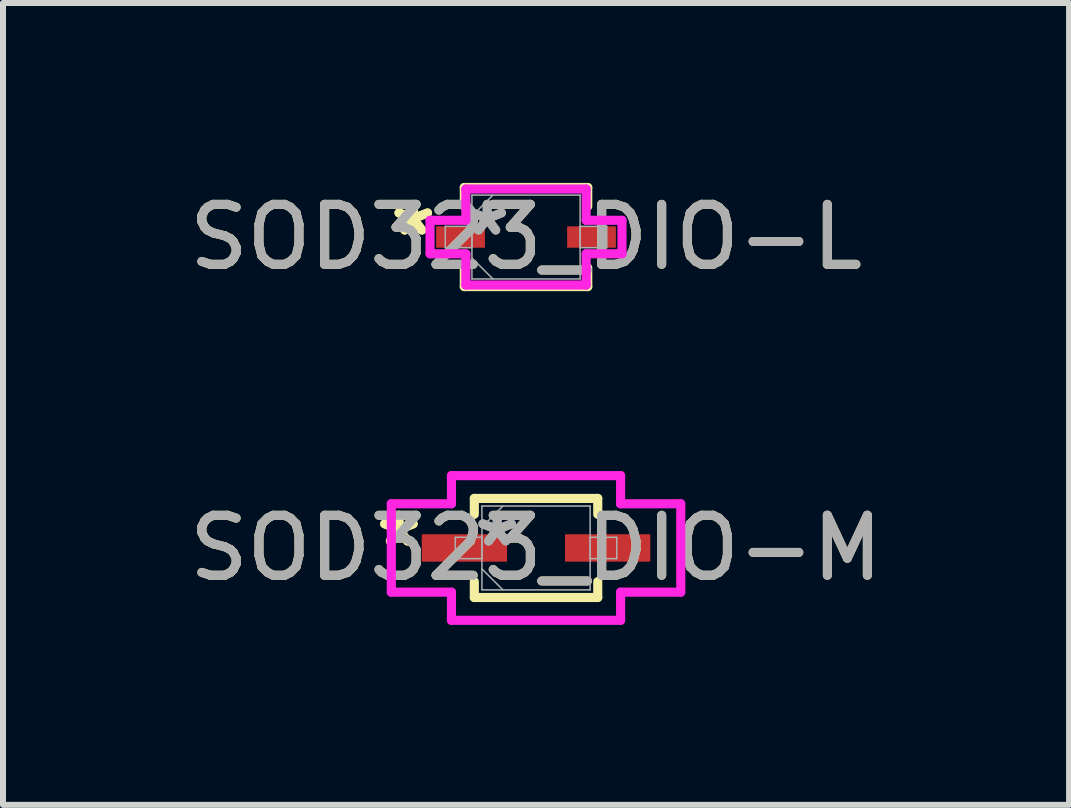
<source format=kicad_pcb>
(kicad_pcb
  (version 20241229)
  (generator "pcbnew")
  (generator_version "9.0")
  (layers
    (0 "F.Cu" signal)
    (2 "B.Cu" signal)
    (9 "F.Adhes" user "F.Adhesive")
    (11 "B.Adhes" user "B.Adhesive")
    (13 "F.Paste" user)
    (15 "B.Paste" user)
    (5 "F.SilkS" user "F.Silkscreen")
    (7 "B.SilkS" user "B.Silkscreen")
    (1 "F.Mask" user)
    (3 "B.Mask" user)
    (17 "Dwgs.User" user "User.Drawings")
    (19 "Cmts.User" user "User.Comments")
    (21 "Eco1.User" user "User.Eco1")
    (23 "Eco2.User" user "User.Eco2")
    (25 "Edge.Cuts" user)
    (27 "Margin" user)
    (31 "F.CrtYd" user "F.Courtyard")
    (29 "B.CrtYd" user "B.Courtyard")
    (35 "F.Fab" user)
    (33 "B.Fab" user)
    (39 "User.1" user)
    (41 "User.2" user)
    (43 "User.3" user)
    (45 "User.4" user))
  (footprint "SOD323_DIO-L"
    (layer "F.Cu")
    (at 5.72 0.902)
    (property "Reference" "SOD323_DIO-L" (at 0 0 0) (unlocked yes) (layer "F.SilkS") (effects (font (size 1 1) (thickness 0.15))))
    (attr smd)
    (fp_line (start -1.029 -0.826) (end -1.029 -0.511) (stroke (width 0.152) (type solid)) (layer "F.SilkS"))
    (fp_line (start -1.029 0.511) (end -1.029 0.826) (stroke (width 0.152) (type solid)) (layer "F.SilkS"))
    (fp_line (start -1.029 0.826) (end 1.029 0.826) (stroke (width 0.152) (type solid)) (layer "F.SilkS"))
    (fp_line (start 1.029 -0.826) (end -1.029 -0.826) (stroke (width 0.152) (type solid)) (layer "F.SilkS"))
    (fp_line (start 1.029 -0.511) (end 1.029 -0.826) (stroke (width 0.152) (type solid)) (layer "F.SilkS"))
    (fp_line (start 1.029 0.826) (end 1.029 0.511) (stroke (width 0.152) (type solid)) (layer "F.SilkS"))
    (fp_line (start -1.6 -0.279) (end -1.003 -0.279) (stroke (width 0.152) (type solid)) (layer "F.CrtYd"))
    (fp_line (start -1.6 0.279) (end -1.6 -0.279) (stroke (width 0.152) (type solid)) (layer "F.CrtYd"))
    (fp_line (start -1.003 -0.8) (end 1.003 -0.8) (stroke (width 0.152) (type solid)) (layer "F.CrtYd"))
    (fp_line (start -1.003 -0.279) (end -1.003 -0.8) (stroke (width 0.152) (type solid)) (layer "F.CrtYd"))
    (fp_line (start -1.003 0.279) (end -1.6 0.279) (stroke (width 0.152) (type solid)) (layer "F.CrtYd"))
    (fp_line (start -1.003 0.8) (end -1.003 0.279) (stroke (width 0.152) (type solid)) (layer "F.CrtYd"))
    (fp_line (start 1.003 -0.8) (end 1.003 -0.279) (stroke (width 0.152) (type solid)) (layer "F.CrtYd"))
    (fp_line (start 1.003 -0.279) (end 1.6 -0.279) (stroke (width 0.152) (type solid)) (layer "F.CrtYd"))
    (fp_line (start 1.003 0.279) (end 1.003 0.8) (stroke (width 0.152) (type solid)) (layer "F.CrtYd"))
    (fp_line (start 1.003 0.8) (end -1.003 0.8) (stroke (width 0.152) (type solid)) (layer "F.CrtYd"))
    (fp_line (start 1.6 -0.279) (end 1.6 0.279) (stroke (width 0.152) (type solid)) (layer "F.CrtYd"))
    (fp_line (start 1.6 0.279) (end 1.003 0.279) (stroke (width 0.152) (type solid)) (layer "F.CrtYd"))
    (fp_line (start -1.346 -0.178) (end -1.346 0.178) (stroke (width 0.025) (type solid)) (layer "F.Fab"))
    (fp_line (start -1.346 0.178) (end -0.902 0.178) (stroke (width 0.025) (type solid)) (layer "F.Fab"))
    (fp_line (start -0.902 -0.699) (end -0.902 0.699) (stroke (width 0.025) (type solid)) (layer "F.Fab"))
    (fp_line (start -0.902 -0.349) (end -0.552 -0.699) (stroke (width 0.025) (type solid)) (layer "F.Fab"))
    (fp_line (start -0.902 -0.178) (end -1.346 -0.178) (stroke (width 0.025) (type solid)) (layer "F.Fab"))
    (fp_line (start -0.902 0.178) (end -0.902 -0.178) (stroke (width 0.025) (type solid)) (layer "F.Fab"))
    (fp_line (start -0.902 0.349) (end -0.552 0.699) (stroke (width 0.025) (type solid)) (layer "F.Fab"))
    (fp_line (start -0.902 0.699) (end 0.902 0.699) (stroke (width 0.025) (type solid)) (layer "F.Fab"))
    (fp_line (start 0.902 -0.699) (end -0.902 -0.699) (stroke (width 0.025) (type solid)) (layer "F.Fab"))
    (fp_line (start 0.902 -0.178) (end 0.902 0.178) (stroke (width 0.025) (type solid)) (layer "F.Fab"))
    (fp_line (start 0.902 0.178) (end 1.346 0.178) (stroke (width 0.025) (type solid)) (layer "F.Fab"))
    (fp_line (start 0.902 0.699) (end 0.902 -0.699) (stroke (width 0.025) (type solid)) (layer "F.Fab"))
    (fp_line (start 1.346 -0.178) (end 0.902 -0.178) (stroke (width 0.025) (type solid)) (layer "F.Fab"))
    (fp_line (start 1.346 0.178) (end 1.346 -0.178) (stroke (width 0.025) (type solid)) (layer "F.Fab"))
    (fp_text user "*" (at -1.88 0 0) (unlocked yes) (layer "F.SilkS") (effects (font (size 1 1) (thickness 0.15))))
    (fp_text user "*" (at -1.88 0 0) (layer "F.SilkS") (effects (font (size 1 1) (thickness 0.15))))
    (fp_text user "*" (at -0.648 0 0) (layer "F.Fab") (effects (font (size 1 1) (thickness 0.15))))
    (fp_text user "*" (at -0.648 0 0) (unlocked yes) (layer "F.Fab") (effects (font (size 1 1) (thickness 0.15))))
    (fp_text user "${REFERENCE}" (at 0 0 0) (unlocked yes) (layer "F.Fab") (effects (font (size 1 1) (thickness 0.15))))
    (pad "1" smd rect (at -1.092 0) (size 0.813 0.356) (layers "F.Cu" "F.Mask" "F.Paste"))
    (pad "2" smd rect (at 1.092 0) (size 0.813 0.356) (layers "F.Cu" "F.Mask" "F.Paste")))
  (footprint "SOD323_DIO-M"
    (layer "F.Cu")
    (at 5.887 6.086)
    (property "Reference" "SOD323_DIO-M" (at 0 0 0) (unlocked yes) (layer "F.SilkS") (effects (font (size 1 1) (thickness 0.15))))
    (attr smd)
    (fp_line (start -1.029 -0.826) (end -1.029 -0.561) (stroke (width 0.152) (type solid)) (layer "F.SilkS"))
    (fp_line (start -1.029 0.561) (end -1.029 0.826) (stroke (width 0.152) (type solid)) (layer "F.SilkS"))
    (fp_line (start -1.029 0.826) (end 1.029 0.826) (stroke (width 0.152) (type solid)) (layer "F.SilkS"))
    (fp_line (start 1.029 -0.826) (end -1.029 -0.826) (stroke (width 0.152) (type solid)) (layer "F.SilkS"))
    (fp_line (start 1.029 -0.561) (end 1.029 -0.826) (stroke (width 0.152) (type solid)) (layer "F.SilkS"))
    (fp_line (start 1.029 0.826) (end 1.029 0.561) (stroke (width 0.152) (type solid)) (layer "F.SilkS"))
    (fp_line (start -2.413 -0.737) (end -1.41 -0.737) (stroke (width 0.152) (type solid)) (layer "F.CrtYd"))
    (fp_line (start -2.413 0.737) (end -2.413 -0.737) (stroke (width 0.152) (type solid)) (layer "F.CrtYd"))
    (fp_line (start -1.41 -1.206) (end 1.41 -1.206) (stroke (width 0.152) (type solid)) (layer "F.CrtYd"))
    (fp_line (start -1.41 -0.737) (end -1.41 -1.206) (stroke (width 0.152) (type solid)) (layer "F.CrtYd"))
    (fp_line (start -1.41 0.737) (end -2.413 0.737) (stroke (width 0.152) (type solid)) (layer "F.CrtYd"))
    (fp_line (start -1.41 1.206) (end -1.41 0.737) (stroke (width 0.152) (type solid)) (layer "F.CrtYd"))
    (fp_line (start 1.41 -1.206) (end 1.41 -0.737) (stroke (width 0.152) (type solid)) (layer "F.CrtYd"))
    (fp_line (start 1.41 -0.737) (end 2.413 -0.737) (stroke (width 0.152) (type solid)) (layer "F.CrtYd"))
    (fp_line (start 1.41 0.737) (end 1.41 1.206) (stroke (width 0.152) (type solid)) (layer "F.CrtYd"))
    (fp_line (start 1.41 1.206) (end -1.41 1.206) (stroke (width 0.152) (type solid)) (layer "F.CrtYd"))
    (fp_line (start 2.413 -0.737) (end 2.413 0.737) (stroke (width 0.152) (type solid)) (layer "F.CrtYd"))
    (fp_line (start 2.413 0.737) (end 1.41 0.737) (stroke (width 0.152) (type solid)) (layer "F.CrtYd"))
    (fp_line (start -1.346 -0.178) (end -1.346 0.178) (stroke (width 0.025) (type solid)) (layer "F.Fab"))
    (fp_line (start -1.346 0.178) (end -0.902 0.178) (stroke (width 0.025) (type solid)) (layer "F.Fab"))
    (fp_line (start -0.902 -0.699) (end -0.902 0.699) (stroke (width 0.025) (type solid)) (layer "F.Fab"))
    (fp_line (start -0.902 -0.349) (end -0.552 -0.699) (stroke (width 0.025) (type solid)) (layer "F.Fab"))
    (fp_line (start -0.902 -0.178) (end -1.346 -0.178) (stroke (width 0.025) (type solid)) (layer "F.Fab"))
    (fp_line (start -0.902 0.178) (end -0.902 -0.178) (stroke (width 0.025) (type solid)) (layer "F.Fab"))
    (fp_line (start -0.902 0.349) (end -0.552 0.699) (stroke (width 0.025) (type solid)) (layer "F.Fab"))
    (fp_line (start -0.902 0.699) (end 0.902 0.699) (stroke (width 0.025) (type solid)) (layer "F.Fab"))
    (fp_line (start 0.902 -0.699) (end -0.902 -0.699) (stroke (width 0.025) (type solid)) (layer "F.Fab"))
    (fp_line (start 0.902 -0.178) (end 0.902 0.178) (stroke (width 0.025) (type solid)) (layer "F.Fab"))
    (fp_line (start 0.902 0.178) (end 1.346 0.178) (stroke (width 0.025) (type solid)) (layer "F.Fab"))
    (fp_line (start 0.902 0.699) (end 0.902 -0.699) (stroke (width 0.025) (type solid)) (layer "F.Fab"))
    (fp_line (start 1.346 -0.178) (end 0.902 -0.178) (stroke (width 0.025) (type solid)) (layer "F.Fab"))
    (fp_line (start 1.346 0.178) (end 1.346 -0.178) (stroke (width 0.025) (type solid)) (layer "F.Fab"))
    (fp_text user "*" (at -2.286 0 0) (unlocked yes) (layer "F.SilkS") (effects (font (size 1 1) (thickness 0.15))))
    (fp_text user "*" (at -2.286 0 0) (layer "F.SilkS") (effects (font (size 1 1) (thickness 0.15))))
    (fp_text user "${REFERENCE}" (at 0 0 0) (unlocked yes) (layer "F.Fab") (effects (font (size 1 1) (thickness 0.15))))
    (fp_text user "*" (at -0.648 0 0) (layer "F.Fab") (effects (font (size 1 1) (thickness 0.15))))
    (fp_text user "*" (at -0.648 0 0) (unlocked yes) (layer "F.Fab") (effects (font (size 1 1) (thickness 0.15))))
    (pad "1" smd rect (at -1.194 0) (size 1.422 0.457) (layers "F.Cu" "F.Mask" "F.Paste"))
    (pad "2" smd rect (at 1.194 0) (size 1.422 0.457) (layers "F.Cu" "F.Mask" "F.Paste")))
  (gr_rect
    (start -3 -3)
    (end 14.774 10.369)
    (stroke (width 0.1) (type default))
    (fill no)
    (layer "Edge.Cuts")))
</source>
